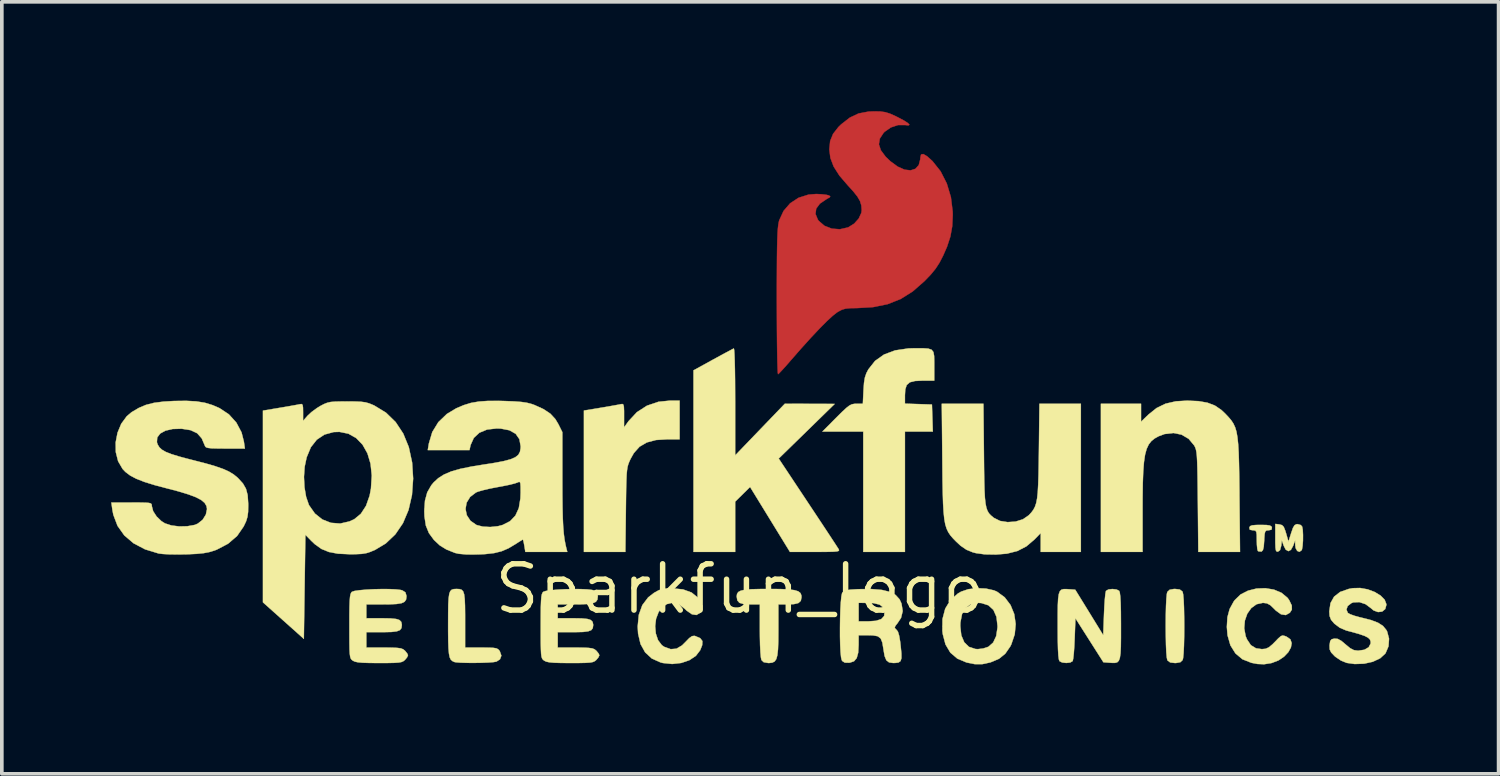
<source format=kicad_pcb>
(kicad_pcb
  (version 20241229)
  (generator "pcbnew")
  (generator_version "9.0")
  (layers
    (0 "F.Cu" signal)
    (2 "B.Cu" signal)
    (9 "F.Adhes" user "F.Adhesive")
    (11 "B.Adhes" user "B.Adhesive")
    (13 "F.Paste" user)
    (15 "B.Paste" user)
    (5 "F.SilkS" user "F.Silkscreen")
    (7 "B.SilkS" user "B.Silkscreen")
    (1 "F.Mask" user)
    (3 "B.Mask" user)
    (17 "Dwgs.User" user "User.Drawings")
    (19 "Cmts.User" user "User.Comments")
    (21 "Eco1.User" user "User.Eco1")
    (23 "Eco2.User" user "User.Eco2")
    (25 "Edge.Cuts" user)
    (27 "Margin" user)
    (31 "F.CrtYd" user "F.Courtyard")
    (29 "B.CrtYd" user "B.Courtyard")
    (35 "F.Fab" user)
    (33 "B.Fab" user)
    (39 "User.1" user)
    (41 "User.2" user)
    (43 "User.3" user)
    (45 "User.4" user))
  (footprint "Sparkfun_logo"
    (layer "F.Cu")
    (at 17.244 13.106)
    (property "Reference" "Sparkfun_logo" (at 0 0 0) (layer "F.SilkS") (effects (font (size 1.27 1.27) (thickness 0.15))))
    (attr through_hole)
    (fp_poly (pts (xy 3.856 -13.098) (xy 3.989 -13.079) (xy 4.119 -13.039) (xy 4.279 -12.967) (xy 4.331 -12.941) (xy 4.504 -12.85) (xy 4.613 -12.779) (xy 4.654 -12.733) (xy 4.624 -12.716) (xy 4.537 -12.726) (xy 4.342 -12.726) (xy 4.144 -12.66) (xy 3.972 -12.54) (xy 3.941 -12.507) (xy 3.84 -12.352) (xy 3.816 -12.197) (xy 3.869 -12.034) (xy 4 -11.858) (xy 4.132 -11.731) (xy 4.332 -11.585) (xy 4.519 -11.502) (xy 4.684 -11.483) (xy 4.817 -11.525) (xy 4.909 -11.627) (xy 4.951 -11.789) (xy 4.953 -11.834) (xy 4.973 -11.918) (xy 5.034 -11.93) (xy 5.137 -11.87) (xy 5.283 -11.739) (xy 5.286 -11.736) (xy 5.508 -11.457) (xy 5.678 -11.123) (xy 5.791 -10.748) (xy 5.84 -10.35) (xy 5.842 -10.259) (xy 5.827 -9.948) (xy 5.777 -9.668) (xy 5.684 -9.385) (xy 5.578 -9.144) (xy 5.478 -8.95) (xy 5.371 -8.785) (xy 5.238 -8.623) (xy 5.064 -8.442) (xy 4.743 -8.161) (xy 4.411 -7.953) (xy 4.054 -7.812) (xy 3.656 -7.731) (xy 3.215 -7.705) (xy 3.029 -7.702) (xy 2.9 -7.689) (xy 2.801 -7.66) (xy 2.704 -7.609) (xy 2.665 -7.585) (xy 2.55 -7.495) (xy 2.388 -7.345) (xy 2.186 -7.142) (xy 1.95 -6.891) (xy 1.686 -6.599) (xy 1.4 -6.272) (xy 1.376 -6.244) (xy 1.253 -6.103) (xy 1.148 -5.988) (xy 1.076 -5.913) (xy 1.05 -5.891) (xy 1.043 -5.929) (xy 1.037 -6.044) (xy 1.031 -6.227) (xy 1.026 -6.47) (xy 1.022 -6.765) (xy 1.019 -7.104) (xy 1.017 -7.479) (xy 1.016 -7.882) (xy 1.016 -7.884) (xy 1.016 -8.364) (xy 1.018 -8.767) (xy 1.02 -9.1) (xy 1.024 -9.372) (xy 1.029 -9.589) (xy 1.036 -9.76) (xy 1.045 -9.891) (xy 1.056 -9.991) (xy 1.07 -10.067) (xy 1.081 -10.111) (xy 1.2 -10.369) (xy 1.381 -10.579) (xy 1.613 -10.731) (xy 1.885 -10.817) (xy 2.095 -10.834) (xy 2.248 -10.827) (xy 2.376 -10.812) (xy 2.434 -10.798) (xy 2.481 -10.773) (xy 2.469 -10.745) (xy 2.389 -10.699) (xy 2.379 -10.693) (xy 2.197 -10.57) (xy 2.096 -10.434) (xy 2.077 -10.287) (xy 2.141 -10.132) (xy 2.166 -10.097) (xy 2.323 -9.962) (xy 2.524 -9.884) (xy 2.746 -9.867) (xy 2.967 -9.917) (xy 2.977 -9.921) (xy 3.137 -10.021) (xy 3.262 -10.16) (xy 3.334 -10.316) (xy 3.344 -10.393) (xy 3.334 -10.522) (xy 3.298 -10.64) (xy 3.226 -10.764) (xy 3.108 -10.912) (xy 2.962 -11.072) (xy 2.732 -11.34) (xy 2.575 -11.587) (xy 2.485 -11.824) (xy 2.456 -12.059) (xy 2.479 -12.288) (xy 2.559 -12.484) (xy 2.705 -12.671) (xy 2.78 -12.744) (xy 3.017 -12.929) (xy 3.258 -13.043) (xy 3.531 -13.095) (xy 3.685 -13.101) (xy 3.856 -13.098)) (stroke (width 0.01) (type solid)) (fill yes) (layer "F.Cu"))
    (fp_poly (pts (xy 3.856 -13.098) (xy 3.989 -13.079) (xy 4.119 -13.039) (xy 4.279 -12.967) (xy 4.331 -12.941) (xy 4.504 -12.85) (xy 4.613 -12.779) (xy 4.654 -12.733) (xy 4.624 -12.716) (xy 4.537 -12.726) (xy 4.342 -12.726) (xy 4.144 -12.66) (xy 3.972 -12.54) (xy 3.941 -12.507) (xy 3.84 -12.352) (xy 3.816 -12.197) (xy 3.869 -12.034) (xy 4 -11.858) (xy 4.132 -11.731) (xy 4.332 -11.585) (xy 4.519 -11.502) (xy 4.684 -11.483) (xy 4.817 -11.525) (xy 4.909 -11.627) (xy 4.951 -11.789) (xy 4.953 -11.834) (xy 4.973 -11.918) (xy 5.034 -11.93) (xy 5.137 -11.87) (xy 5.283 -11.739) (xy 5.286 -11.736) (xy 5.508 -11.457) (xy 5.678 -11.123) (xy 5.791 -10.748) (xy 5.84 -10.35) (xy 5.842 -10.259) (xy 5.827 -9.948) (xy 5.777 -9.668) (xy 5.684 -9.385) (xy 5.578 -9.144) (xy 5.478 -8.95) (xy 5.371 -8.785) (xy 5.238 -8.623) (xy 5.064 -8.442) (xy 4.743 -8.161) (xy 4.411 -7.953) (xy 4.054 -7.812) (xy 3.656 -7.731) (xy 3.215 -7.705) (xy 3.029 -7.702) (xy 2.9 -7.689) (xy 2.801 -7.66) (xy 2.704 -7.609) (xy 2.665 -7.585) (xy 2.55 -7.495) (xy 2.388 -7.345) (xy 2.186 -7.142) (xy 1.95 -6.891) (xy 1.686 -6.599) (xy 1.4 -6.272) (xy 1.376 -6.244) (xy 1.253 -6.103) (xy 1.148 -5.988) (xy 1.076 -5.913) (xy 1.05 -5.891) (xy 1.043 -5.929) (xy 1.037 -6.044) (xy 1.031 -6.227) (xy 1.026 -6.47) (xy 1.022 -6.765) (xy 1.019 -7.104) (xy 1.017 -7.479) (xy 1.016 -7.882) (xy 1.016 -7.884) (xy 1.016 -8.364) (xy 1.018 -8.767) (xy 1.02 -9.1) (xy 1.024 -9.372) (xy 1.029 -9.589) (xy 1.036 -9.76) (xy 1.045 -9.891) (xy 1.056 -9.991) (xy 1.07 -10.067) (xy 1.081 -10.111) (xy 1.2 -10.369) (xy 1.381 -10.579) (xy 1.613 -10.731) (xy 1.885 -10.817) (xy 2.095 -10.834) (xy 2.248 -10.827) (xy 2.376 -10.812) (xy 2.434 -10.798) (xy 2.481 -10.773) (xy 2.469 -10.745) (xy 2.389 -10.699) (xy 2.379 -10.693) (xy 2.197 -10.57) (xy 2.096 -10.434) (xy 2.077 -10.287) (xy 2.141 -10.132) (xy 2.166 -10.097) (xy 2.323 -9.962) (xy 2.524 -9.884) (xy 2.746 -9.867) (xy 2.967 -9.917) (xy 2.977 -9.921) (xy 3.137 -10.021) (xy 3.262 -10.16) (xy 3.334 -10.316) (xy 3.344 -10.393) (xy 3.334 -10.522) (xy 3.298 -10.64) (xy 3.226 -10.764) (xy 3.108 -10.912) (xy 2.962 -11.072) (xy 2.732 -11.34) (xy 2.575 -11.587) (xy 2.485 -11.824) (xy 2.456 -12.059) (xy 2.479 -12.288) (xy 2.559 -12.484) (xy 2.705 -12.671) (xy 2.78 -12.744) (xy 3.017 -12.929) (xy 3.258 -13.043) (xy 3.531 -13.095) (xy 3.685 -13.101) (xy 3.856 -13.098)) (stroke (width 0.01) (type solid)) (fill yes) (layer "F.Mask"))
    (fp_poly (pts (xy 12.068 0.015) (xy 12.139 0.067) (xy 12.148 0.082) (xy 12.163 0.153) (xy 12.176 0.297) (xy 12.185 0.505) (xy 12.19 0.765) (xy 12.192 1.016) (xy 12.19 1.312) (xy 12.184 1.564) (xy 12.174 1.763) (xy 12.161 1.896) (xy 12.148 1.95) (xy 12.085 2.01) (xy 11.968 2.031) (xy 11.938 2.032) (xy 11.808 2.017) (xy 11.737 1.965) (xy 11.728 1.95) (xy 11.713 1.879) (xy 11.7 1.735) (xy 11.691 1.527) (xy 11.686 1.267) (xy 11.684 1.016) (xy 11.686 0.72) (xy 11.692 0.468) (xy 11.702 0.269) (xy 11.715 0.136) (xy 11.728 0.082) (xy 11.791 0.022) (xy 11.908 0.001) (xy 11.938 0) (xy 12.068 0.015)) (stroke (width 0.01) (type solid)) (fill yes) (layer "F.SilkS"))
    (fp_poly (pts (xy 14.447 -1.754) (xy 14.539 -1.741) (xy 14.584 -1.714) (xy 14.597 -1.683) (xy 14.585 -1.626) (xy 14.508 -1.609) (xy 14.504 -1.609) (xy 14.447 -1.604) (xy 14.414 -1.576) (xy 14.397 -1.507) (xy 14.387 -1.378) (xy 14.385 -1.323) (xy 14.373 -1.161) (xy 14.351 -1.068) (xy 14.316 -1.028) (xy 14.307 -1.026) (xy 14.231 -1.031) (xy 14.211 -1.043) (xy 14.196 -1.098) (xy 14.185 -1.211) (xy 14.182 -1.341) (xy 14.18 -1.486) (xy 14.169 -1.566) (xy 14.141 -1.601) (xy 14.089 -1.609) (xy 14.073 -1.609) (xy 13.992 -1.624) (xy 13.977 -1.678) (xy 13.978 -1.683) (xy 13.999 -1.723) (xy 14.054 -1.745) (xy 14.162 -1.755) (xy 14.287 -1.757) (xy 14.447 -1.754)) (stroke (width 0.01) (type solid)) (fill yes) (layer "F.SilkS"))
    (fp_poly (pts (xy -1.651 -4.106) (xy -1.983 -4.106) (xy -2.3 -4.086) (xy -2.552 -4.019) (xy -2.751 -3.902) (xy -2.907 -3.727) (xy -3 -3.561) (xy -3.033 -3.488) (xy -3.059 -3.421) (xy -3.079 -3.348) (xy -3.093 -3.258) (xy -3.104 -3.14) (xy -3.111 -2.981) (xy -3.117 -2.771) (xy -3.121 -2.499) (xy -3.125 -2.17) (xy -3.139 -1.016) (xy -4.276 -1.016) (xy -4.276 -4.894) (xy -3.821 -4.969) (xy -3.624 -5.002) (xy -3.451 -5.033) (xy -3.323 -5.056) (xy -3.27 -5.067) (xy -3.222 -5.074) (xy -3.194 -5.056) (xy -3.18 -4.998) (xy -3.175 -4.882) (xy -3.175 -4.761) (xy -3.175 -4.432) (xy -3.051 -4.604) (xy -2.823 -4.849) (xy -2.547 -5.027) (xy -2.232 -5.134) (xy -1.926 -5.165) (xy -1.651 -5.165) (xy -1.651 -4.106)) (stroke (width 0.01) (type solid)) (fill yes) (layer "F.SilkS"))
    (fp_poly (pts (xy 14.804 -1.77) (xy 14.874 -1.751) (xy 14.923 -1.7) (xy 14.964 -1.596) (xy 14.985 -1.528) (xy 15.051 -1.299) (xy 15.127 -1.539) (xy 15.175 -1.676) (xy 15.219 -1.749) (xy 15.272 -1.776) (xy 15.301 -1.778) (xy 15.389 -1.753) (xy 15.426 -1.711) (xy 15.443 -1.621) (xy 15.45 -1.483) (xy 15.449 -1.328) (xy 15.439 -1.186) (xy 15.422 -1.085) (xy 15.413 -1.063) (xy 15.353 -1.019) (xy 15.292 -1.043) (xy 15.248 -1.121) (xy 15.237 -1.195) (xy 15.234 -1.333) (xy 15.18 -1.185) (xy 15.118 -1.073) (xy 15.05 -1.037) (xy 14.976 -1.078) (xy 14.921 -1.185) (xy 14.869 -1.333) (xy 14.853 -1.186) (xy 14.82 -1.066) (xy 14.764 -1.024) (xy 14.729 -1.026) (xy 14.707 -1.057) (xy 14.695 -1.133) (xy 14.69 -1.268) (xy 14.69 -1.397) (xy 14.69 -1.784) (xy 14.804 -1.77)) (stroke (width 0.01) (type solid)) (fill yes) (layer "F.SilkS"))
    (fp_poly (pts (xy -0.155 -6.56) (xy -0.147 -6.446) (xy -0.14 -6.266) (xy -0.134 -6.026) (xy -0.13 -5.737) (xy -0.128 -5.406) (xy -0.127 -5.138) (xy -0.127 -3.664) (xy 0.554 -4.372) (xy 1.235 -5.08) (xy 1.919 -5.078) (xy 2.603 -5.076) (xy 1.835 -4.326) (xy 1.067 -3.577) (xy 1.868 -2.371) (xy 2.059 -2.083) (xy 2.236 -1.816) (xy 2.394 -1.577) (xy 2.526 -1.376) (xy 2.627 -1.222) (xy 2.691 -1.123) (xy 2.712 -1.09) (xy 2.723 -1.063) (xy 2.711 -1.043) (xy 2.665 -1.03) (xy 2.574 -1.022) (xy 2.426 -1.018) (xy 2.212 -1.016) (xy 2.065 -1.016) (xy 1.376 -1.016) (xy 0.829 -1.907) (xy 0.282 -2.798) (xy -0.127 -2.395) (xy -0.127 -1.016) (xy -1.27 -1.016) (xy -1.27 -5.996) (xy -0.736 -6.29) (xy -0.543 -6.395) (xy -0.375 -6.486) (xy -0.248 -6.554) (xy -0.175 -6.592) (xy -0.164 -6.597) (xy -0.155 -6.56)) (stroke (width 0.01) (type solid)) (fill yes) (layer "F.SilkS"))
    (fp_poly (pts (xy 1.117 0.003) (xy 1.34 0.013) (xy 1.499 0.033) (xy 1.603 0.065) (xy 1.664 0.113) (xy 1.69 0.178) (xy 1.693 0.227) (xy 1.674 0.325) (xy 1.609 0.386) (xy 1.485 0.416) (xy 1.325 0.423) (xy 1.058 0.423) (xy 1.058 1.134) (xy 1.056 1.433) (xy 1.048 1.657) (xy 1.03 1.818) (xy 1 1.926) (xy 0.954 1.99) (xy 0.889 2.022) (xy 0.801 2.032) (xy 0.782 2.032) (xy 0.655 2.009) (xy 0.594 1.95) (xy 0.579 1.879) (xy 0.566 1.737) (xy 0.556 1.537) (xy 0.551 1.294) (xy 0.55 1.146) (xy 0.55 0.423) (xy 0.284 0.423) (xy 0.102 0.414) (xy -0.011 0.38) (xy -0.068 0.314) (xy -0.085 0.206) (xy -0.085 0.202) (xy -0.075 0.135) (xy -0.041 0.084) (xy 0.029 0.047) (xy 0.144 0.023) (xy 0.315 0.008) (xy 0.552 0.002) (xy 0.819 0) (xy 1.117 0.003)) (stroke (width 0.01) (type solid)) (fill yes) (layer "F.SilkS"))
    (fp_poly (pts (xy 5.019 -6.603) (xy 5.169 -6.593) (xy 5.262 -6.562) (xy 5.311 -6.499) (xy 5.331 -6.391) (xy 5.334 -6.225) (xy 5.334 -6.133) (xy 5.334 -5.715) (xy 5.016 -5.715) (xy 4.805 -5.705) (xy 4.664 -5.669) (xy 4.579 -5.595) (xy 4.539 -5.473) (xy 4.53 -5.314) (xy 4.53 -5.083) (xy 4.9 -5.071) (xy 5.271 -5.059) (xy 5.283 -4.688) (xy 5.295 -4.318) (xy 4.53 -4.318) (xy 4.53 -1.016) (xy 3.387 -1.016) (xy 3.387 -4.318) (xy 2.267 -4.318) (xy 2.646 -4.699) (xy 2.805 -4.857) (xy 2.92 -4.964) (xy 3.005 -5.03) (xy 3.074 -5.065) (xy 3.143 -5.078) (xy 3.201 -5.08) (xy 3.376 -5.08) (xy 3.394 -5.453) (xy 3.408 -5.655) (xy 3.432 -5.8) (xy 3.472 -5.918) (xy 3.527 -6.023) (xy 3.711 -6.256) (xy 3.956 -6.43) (xy 4.26 -6.544) (xy 4.624 -6.598) (xy 4.798 -6.603) (xy 5.019 -6.603)) (stroke (width 0.01) (type solid)) (fill yes) (layer "F.SilkS"))
    (fp_poly (pts (xy -7.689 0.004) (xy -7.631 0.022) (xy -7.589 0.066) (xy -7.562 0.146) (xy -7.546 0.273) (xy -7.538 0.458) (xy -7.535 0.712) (xy -7.535 0.855) (xy -7.535 1.609) (xy -7.092 1.609) (xy -6.892 1.61) (xy -6.76 1.616) (xy -6.678 1.629) (xy -6.628 1.655) (xy -6.592 1.695) (xy -6.583 1.709) (xy -6.541 1.83) (xy -6.579 1.93) (xy -6.676 1.993) (xy -6.757 2.007) (xy -6.9 2.018) (xy -7.084 2.025) (xy -7.287 2.028) (xy -7.485 2.027) (xy -7.659 2.022) (xy -7.785 2.012) (xy -7.832 2.003) (xy -7.886 1.977) (xy -7.928 1.938) (xy -7.958 1.875) (xy -7.978 1.776) (xy -7.991 1.631) (xy -7.998 1.429) (xy -8.001 1.16) (xy -8.001 0.974) (xy -8 0.663) (xy -7.997 0.426) (xy -7.987 0.254) (xy -7.97 0.135) (xy -7.943 0.061) (xy -7.903 0.021) (xy -7.848 0.004) (xy -7.775 0.000009) (xy -7.768 0) (xy -7.689 0.004)) (stroke (width 0.01) (type solid)) (fill yes) (layer "F.SilkS"))
    (fp_poly (pts (xy -1.557 0.013) (xy -1.323 0.098) (xy -1.151 0.237) (xy -1.099 0.309) (xy -1.03 0.455) (xy -1.027 0.567) (xy -1.083 0.653) (xy -1.19 0.714) (xy -1.313 0.695) (xy -1.456 0.596) (xy -1.503 0.55) (xy -1.67 0.421) (xy -1.835 0.375) (xy -2 0.415) (xy -2.112 0.49) (xy -2.227 0.633) (xy -2.297 0.817) (xy -2.322 1.021) (xy -2.304 1.223) (xy -2.243 1.404) (xy -2.139 1.542) (xy -2.071 1.589) (xy -1.894 1.652) (xy -1.737 1.639) (xy -1.585 1.549) (xy -1.492 1.457) (xy -1.386 1.348) (xy -1.311 1.295) (xy -1.247 1.286) (xy -1.22 1.293) (xy -1.087 1.35) (xy -1.026 1.429) (xy -1.032 1.542) (xy -1.085 1.678) (xy -1.204 1.834) (xy -1.383 1.954) (xy -1.605 2.03) (xy -1.853 2.058) (xy -2.107 2.032) (xy -2.172 2.016) (xy -2.412 1.909) (xy -2.596 1.74) (xy -2.723 1.511) (xy -2.79 1.224) (xy -2.801 1.03) (xy -2.77 0.71) (xy -2.674 0.444) (xy -2.513 0.231) (xy -2.354 0.108) (xy -2.229 0.038) (xy -2.117 0.00006) (xy -1.983 -0.015) (xy -1.847 -0.017) (xy -1.557 0.013)) (stroke (width 0.01) (type solid)) (fill yes) (layer "F.SilkS"))
    (fp_poly (pts (xy 6.752 -0.01) (xy 6.972 0.039) (xy 7.054 0.074) (xy 7.268 0.231) (xy 7.427 0.441) (xy 7.528 0.689) (xy 7.568 0.962) (xy 7.542 1.244) (xy 7.448 1.521) (xy 7.42 1.577) (xy 7.282 1.776) (xy 7.111 1.915) (xy 6.882 2.012) (xy 6.869 2.016) (xy 6.651 2.063) (xy 6.442 2.062) (xy 6.22 2.017) (xy 5.968 1.911) (xy 5.776 1.747) (xy 5.643 1.523) (xy 5.568 1.238) (xy 5.557 1.147) (xy 5.559 1.018) (xy 6.048 1.018) (xy 6.076 1.271) (xy 6.157 1.463) (xy 6.287 1.589) (xy 6.464 1.647) (xy 6.531 1.651) (xy 6.678 1.633) (xy 6.814 1.588) (xy 6.821 1.585) (xy 6.95 1.471) (xy 7.034 1.293) (xy 7.069 1.059) (xy 7.07 1.016) (xy 7.041 0.764) (xy 6.957 0.574) (xy 6.819 0.448) (xy 6.627 0.387) (xy 6.531 0.381) (xy 6.339 0.417) (xy 6.193 0.521) (xy 6.096 0.691) (xy 6.051 0.923) (xy 6.048 1.018) (xy 5.559 1.018) (xy 5.561 0.823) (xy 5.635 0.542) (xy 5.776 0.308) (xy 5.983 0.125) (xy 6.071 0.074) (xy 6.268 0.007) (xy 6.506 -0.021) (xy 6.752 -0.01)) (stroke (width 0.01) (type solid)) (fill yes) (layer "F.SilkS"))
    (fp_poly (pts (xy 12.581 -5.152) (xy 12.828 -5.109) (xy 13.032 -5.031) (xy 13.21 -4.91) (xy 13.315 -4.811) (xy 13.404 -4.717) (xy 13.479 -4.629) (xy 13.539 -4.539) (xy 13.587 -4.437) (xy 13.624 -4.316) (xy 13.651 -4.164) (xy 13.671 -3.975) (xy 13.685 -3.738) (xy 13.694 -3.445) (xy 13.701 -3.087) (xy 13.706 -2.655) (xy 13.706 -2.572) (xy 13.722 -1.016) (xy 12.578 -1.016) (xy 12.565 -2.402) (xy 12.561 -2.783) (xy 12.557 -3.089) (xy 12.552 -3.329) (xy 12.546 -3.513) (xy 12.538 -3.651) (xy 12.527 -3.751) (xy 12.513 -3.823) (xy 12.495 -3.877) (xy 12.473 -3.923) (xy 12.465 -3.937) (xy 12.314 -4.118) (xy 12.119 -4.233) (xy 11.894 -4.278) (xy 11.653 -4.25) (xy 11.489 -4.189) (xy 11.379 -4.128) (xy 11.289 -4.055) (xy 11.217 -3.962) (xy 11.16 -3.84) (xy 11.117 -3.682) (xy 11.087 -3.479) (xy 11.067 -3.221) (xy 11.055 -2.901) (xy 11.05 -2.511) (xy 11.049 -2.214) (xy 11.049 -1.016) (xy 9.906 -1.016) (xy 9.906 -5.08) (xy 11.007 -5.08) (xy 11.007 -4.588) (xy 11.213 -4.786) (xy 11.435 -4.964) (xy 11.679 -5.082) (xy 11.962 -5.147) (xy 12.271 -5.165) (xy 12.581 -5.152)) (stroke (width 0.01) (type solid)) (fill yes) (layer "F.SilkS"))
    (fp_poly (pts (xy 10.334 0.015) (xy 10.406 0.051) (xy 10.424 0.099) (xy 10.438 0.206) (xy 10.448 0.379) (xy 10.454 0.622) (xy 10.456 0.942) (xy 10.456 1.019) (xy 10.456 1.34) (xy 10.453 1.585) (xy 10.444 1.765) (xy 10.426 1.89) (xy 10.397 1.969) (xy 10.354 2.012) (xy 10.293 2.028) (xy 10.212 2.028) (xy 10.155 2.024) (xy 9.975 2.011) (xy 9.591 1.408) (xy 9.207 0.804) (xy 9.186 1.365) (xy 9.176 1.578) (xy 9.163 1.762) (xy 9.148 1.9) (xy 9.133 1.974) (xy 9.131 1.979) (xy 9.064 2.018) (xy 8.955 2.03) (xy 8.843 2.017) (xy 8.771 1.981) (xy 8.753 1.933) (xy 8.739 1.826) (xy 8.729 1.653) (xy 8.723 1.41) (xy 8.721 1.09) (xy 8.721 1.013) (xy 8.721 0.692) (xy 8.724 0.447) (xy 8.733 0.267) (xy 8.751 0.142) (xy 8.78 0.063) (xy 8.823 0.02) (xy 8.884 0.004) (xy 8.965 0.004) (xy 9.022 0.008) (xy 9.202 0.021) (xy 9.586 0.644) (xy 9.97 1.268) (xy 9.991 0.687) (xy 10.001 0.47) (xy 10.014 0.282) (xy 10.028 0.14) (xy 10.043 0.061) (xy 10.046 0.053) (xy 10.113 0.014) (xy 10.222 0.002) (xy 10.334 0.015)) (stroke (width 0.01) (type solid)) (fill yes) (layer "F.SilkS"))
    (fp_poly (pts (xy 6.697 -3.694) (xy 6.701 -3.292) (xy 6.706 -2.965) (xy 6.713 -2.705) (xy 6.724 -2.501) (xy 6.741 -2.346) (xy 6.764 -2.229) (xy 6.795 -2.142) (xy 6.835 -2.075) (xy 6.886 -2.02) (xy 6.95 -1.966) (xy 6.967 -1.952) (xy 7.138 -1.866) (xy 7.347 -1.833) (xy 7.566 -1.848) (xy 7.769 -1.912) (xy 7.928 -2.022) (xy 7.929 -2.023) (xy 7.998 -2.098) (xy 8.053 -2.172) (xy 8.097 -2.255) (xy 8.131 -2.356) (xy 8.156 -2.485) (xy 8.174 -2.652) (xy 8.186 -2.868) (xy 8.195 -3.141) (xy 8.201 -3.482) (xy 8.205 -3.778) (xy 8.22 -5.08) (xy 9.356 -5.08) (xy 9.356 -1.016) (xy 8.255 -1.016) (xy 8.255 -1.534) (xy 8.082 -1.356) (xy 7.861 -1.168) (xy 7.615 -1.041) (xy 7.326 -0.968) (xy 7.027 -0.944) (xy 6.72 -0.949) (xy 6.477 -0.983) (xy 6.392 -1.005) (xy 6.217 -1.076) (xy 6.057 -1.186) (xy 5.941 -1.293) (xy 5.853 -1.383) (xy 5.78 -1.467) (xy 5.721 -1.554) (xy 5.674 -1.652) (xy 5.637 -1.771) (xy 5.61 -1.92) (xy 5.591 -2.107) (xy 5.577 -2.341) (xy 5.568 -2.631) (xy 5.561 -2.986) (xy 5.557 -3.414) (xy 5.556 -3.524) (xy 5.541 -5.08) (xy 6.683 -5.08) (xy 6.697 -3.694)) (stroke (width 0.01) (type solid)) (fill yes) (layer "F.SilkS"))
    (fp_poly (pts (xy 14.653 0.019) (xy 14.86 0.106) (xy 15.024 0.242) (xy 15.072 0.309) (xy 15.142 0.455) (xy 15.144 0.567) (xy 15.089 0.653) (xy 14.976 0.716) (xy 14.848 0.696) (xy 14.705 0.593) (xy 14.663 0.55) (xy 14.555 0.446) (xy 14.462 0.395) (xy 14.355 0.381) (xy 14.35 0.381) (xy 14.176 0.419) (xy 14.031 0.524) (xy 13.921 0.679) (xy 13.855 0.869) (xy 13.837 1.079) (xy 13.876 1.292) (xy 13.912 1.381) (xy 14.019 1.542) (xy 14.16 1.628) (xy 14.322 1.651) (xy 14.426 1.641) (xy 14.514 1.601) (xy 14.616 1.516) (xy 14.671 1.46) (xy 14.775 1.353) (xy 14.841 1.296) (xy 14.89 1.277) (xy 14.944 1.288) (xy 15.001 1.31) (xy 15.103 1.382) (xy 15.139 1.485) (xy 15.118 1.606) (xy 15.047 1.734) (xy 14.932 1.855) (xy 14.781 1.958) (xy 14.601 2.028) (xy 14.575 2.035) (xy 14.385 2.065) (xy 14.202 2.058) (xy 14.034 2.026) (xy 13.789 1.929) (xy 13.597 1.768) (xy 13.459 1.547) (xy 13.38 1.272) (xy 13.361 1.044) (xy 13.377 0.774) (xy 13.437 0.551) (xy 13.548 0.347) (xy 13.577 0.307) (xy 13.737 0.152) (xy 13.943 0.047) (xy 14.176 -0.011) (xy 14.418 -0.02) (xy 14.653 0.019)) (stroke (width 0.01) (type solid)) (fill yes) (layer "F.SilkS"))
    (fp_poly (pts (xy -9.615 0.004) (xy -9.435 0.012) (xy -9.305 0.027) (xy -9.26 0.038) (xy -9.173 0.093) (xy -9.145 0.186) (xy -9.144 0.209) (xy -9.155 0.293) (xy -9.197 0.352) (xy -9.28 0.391) (xy -9.417 0.413) (xy -9.62 0.422) (xy -9.776 0.423) (xy -10.245 0.423) (xy -10.245 0.804) (xy -9.809 0.804) (xy -9.584 0.808) (xy -9.43 0.823) (xy -9.336 0.853) (xy -9.287 0.903) (xy -9.271 0.978) (xy -9.271 0.995) (xy -9.282 1.075) (xy -9.324 1.129) (xy -9.408 1.162) (xy -9.55 1.18) (xy -9.76 1.185) (xy -9.809 1.185) (xy -10.245 1.185) (xy -10.245 1.609) (xy -9.758 1.609) (xy -9.543 1.61) (xy -9.396 1.617) (xy -9.3 1.63) (xy -9.237 1.654) (xy -9.19 1.69) (xy -9.186 1.693) (xy -9.124 1.769) (xy -9.102 1.82) (xy -9.129 1.879) (xy -9.186 1.947) (xy -9.226 1.98) (xy -9.279 2.004) (xy -9.358 2.019) (xy -9.478 2.027) (xy -9.655 2.031) (xy -9.897 2.032) (xy -10.156 2.03) (xy -10.344 2.024) (xy -10.475 2.012) (xy -10.561 1.993) (xy -10.616 1.966) (xy -10.648 1.941) (xy -10.671 1.91) (xy -10.688 1.859) (xy -10.699 1.779) (xy -10.706 1.657) (xy -10.709 1.481) (xy -10.71 1.241) (xy -10.71 1.019) (xy -10.71 0.719) (xy -10.707 0.493) (xy -10.701 0.329) (xy -10.692 0.216) (xy -10.678 0.144) (xy -10.659 0.1) (xy -10.64 0.079) (xy -10.57 0.055) (xy -10.434 0.035) (xy -10.252 0.019) (xy -10.042 0.008) (xy -9.823 0.003) (xy -9.615 0.004)) (stroke (width 0.01) (type solid)) (fill yes) (layer "F.SilkS"))
    (fp_poly (pts (xy -4.365 0.004) (xy -4.186 0.012) (xy -4.055 0.027) (xy -4.011 0.038) (xy -3.923 0.093) (xy -3.895 0.186) (xy -3.895 0.209) (xy -3.906 0.293) (xy -3.947 0.352) (xy -4.031 0.391) (xy -4.168 0.413) (xy -4.371 0.422) (xy -4.527 0.423) (xy -4.995 0.423) (xy -4.995 0.804) (xy -4.559 0.804) (xy -4.334 0.808) (xy -4.181 0.823) (xy -4.087 0.853) (xy -4.038 0.903) (xy -4.022 0.978) (xy -4.022 0.995) (xy -4.033 1.075) (xy -4.074 1.129) (xy -4.159 1.162) (xy -4.3 1.18) (xy -4.511 1.185) (xy -4.559 1.185) (xy -4.995 1.185) (xy -4.995 1.609) (xy -4.508 1.609) (xy -4.294 1.61) (xy -4.147 1.617) (xy -4.05 1.63) (xy -3.987 1.654) (xy -3.941 1.69) (xy -3.937 1.693) (xy -3.875 1.769) (xy -3.852 1.82) (xy -3.88 1.879) (xy -3.937 1.947) (xy -3.977 1.98) (xy -4.029 2.004) (xy -4.108 2.019) (xy -4.229 2.027) (xy -4.405 2.031) (xy -4.647 2.032) (xy -4.907 2.03) (xy -5.095 2.024) (xy -5.225 2.012) (xy -5.312 1.993) (xy -5.367 1.966) (xy -5.398 1.941) (xy -5.422 1.91) (xy -5.439 1.859) (xy -5.45 1.779) (xy -5.456 1.657) (xy -5.46 1.481) (xy -5.461 1.241) (xy -5.461 1.019) (xy -5.46 0.719) (xy -5.458 0.493) (xy -5.452 0.329) (xy -5.443 0.216) (xy -5.429 0.144) (xy -5.41 0.1) (xy -5.391 0.079) (xy -5.321 0.055) (xy -5.185 0.035) (xy -5.003 0.019) (xy -4.792 0.008) (xy -4.574 0.003) (xy -4.365 0.004)) (stroke (width 0.01) (type solid)) (fill yes) (layer "F.SilkS"))
    (fp_poly (pts (xy 3.898 0.027) (xy 4.115 0.08) (xy 4.274 0.165) (xy 4.382 0.284) (xy 4.436 0.401) (xy 4.469 0.607) (xy 4.423 0.794) (xy 4.33 0.934) (xy 4.264 1.019) (xy 4.25 1.068) (xy 4.284 1.107) (xy 4.296 1.116) (xy 4.338 1.172) (xy 4.371 1.281) (xy 4.401 1.456) (xy 4.413 1.563) (xy 4.433 1.766) (xy 4.434 1.9) (xy 4.409 1.979) (xy 4.353 2.018) (xy 4.258 2.03) (xy 4.207 2.031) (xy 4.095 2.015) (xy 4.02 1.956) (xy 3.972 1.839) (xy 3.941 1.655) (xy 3.911 1.472) (xy 3.865 1.358) (xy 3.784 1.297) (xy 3.652 1.273) (xy 3.53 1.27) (xy 3.26 1.27) (xy 3.259 1.535) (xy 3.247 1.751) (xy 3.207 1.896) (xy 3.134 1.983) (xy 3.022 2.021) (xy 2.997 2.024) (xy 2.88 2.021) (xy 2.814 1.979) (xy 2.797 1.953) (xy 2.778 1.874) (xy 2.764 1.73) (xy 2.754 1.535) (xy 2.749 1.305) (xy 2.749 1.058) (xy 2.751 0.889) (xy 3.26 0.889) (xy 3.525 0.889) (xy 3.737 0.874) (xy 3.875 0.829) (xy 3.888 0.821) (xy 3.96 0.74) (xy 3.971 0.624) (xy 3.971 0.621) (xy 3.932 0.506) (xy 3.835 0.43) (xy 3.673 0.39) (xy 3.503 0.382) (xy 3.26 0.381) (xy 3.26 0.889) (xy 2.751 0.889) (xy 2.752 0.809) (xy 2.759 0.574) (xy 2.771 0.37) (xy 2.786 0.213) (xy 2.805 0.118) (xy 2.812 0.103) (xy 2.854 0.063) (xy 2.923 0.036) (xy 3.035 0.019) (xy 3.21 0.008) (xy 3.26 0.006) (xy 3.616 0.003) (xy 3.898 0.027)) (stroke (width 0.01) (type solid)) (fill yes) (layer "F.SilkS"))
    (fp_poly (pts (xy 17.223 0.011) (xy 17.415 0.083) (xy 17.577 0.181) (xy 17.69 0.296) (xy 17.737 0.419) (xy 17.738 0.433) (xy 17.705 0.552) (xy 17.622 0.62) (xy 17.509 0.634) (xy 17.386 0.589) (xy 17.314 0.528) (xy 17.165 0.417) (xy 16.995 0.361) (xy 16.831 0.368) (xy 16.781 0.387) (xy 16.676 0.467) (xy 16.642 0.565) (xy 16.679 0.656) (xy 16.742 0.693) (xy 16.864 0.737) (xy 17.021 0.78) (xy 17.053 0.787) (xy 17.317 0.854) (xy 17.51 0.928) (xy 17.645 1.016) (xy 17.735 1.125) (xy 17.758 1.168) (xy 17.81 1.365) (xy 17.795 1.573) (xy 17.717 1.758) (xy 17.706 1.774) (xy 17.565 1.903) (xy 17.364 1.997) (xy 17.125 2.05) (xy 16.868 2.059) (xy 16.648 2.028) (xy 16.491 1.964) (xy 16.34 1.862) (xy 16.317 1.842) (xy 16.223 1.743) (xy 16.182 1.658) (xy 16.178 1.552) (xy 16.179 1.538) (xy 16.196 1.43) (xy 16.236 1.38) (xy 16.311 1.362) (xy 16.403 1.37) (xy 16.503 1.425) (xy 16.617 1.521) (xy 16.743 1.625) (xy 16.846 1.678) (xy 16.956 1.693) (xy 16.965 1.693) (xy 17.135 1.668) (xy 17.252 1.599) (xy 17.306 1.496) (xy 17.306 1.446) (xy 17.287 1.388) (xy 17.237 1.338) (xy 17.145 1.29) (xy 16.999 1.239) (xy 16.788 1.179) (xy 16.64 1.141) (xy 16.459 1.064) (xy 16.311 0.953) (xy 16.22 0.846) (xy 16.18 0.742) (xy 16.171 0.616) (xy 16.204 0.389) (xy 16.303 0.212) (xy 16.469 0.082) (xy 16.707 -0.001) (xy 16.814 -0.021) (xy 17.017 -0.026) (xy 17.223 0.011)) (stroke (width 0.01) (type solid)) (fill yes) (layer "F.SilkS"))
    (fp_poly (pts (xy -10.55 -5.142) (xy -10.389 -5.135) (xy -10.269 -5.119) (xy -10.166 -5.09) (xy -10.059 -5.046) (xy -10.024 -5.03) (xy -9.706 -4.836) (xy -9.441 -4.578) (xy -9.232 -4.262) (xy -9.08 -3.891) (xy -8.989 -3.469) (xy -8.961 -3.027) (xy -8.993 -2.576) (xy -9.087 -2.167) (xy -9.24 -1.805) (xy -9.45 -1.497) (xy -9.712 -1.248) (xy -10.002 -1.074) (xy -10.133 -1.018) (xy -10.246 -0.982) (xy -10.37 -0.962) (xy -10.529 -0.954) (xy -10.71 -0.953) (xy -11.02 -0.967) (xy -11.268 -1.013) (xy -11.475 -1.097) (xy -11.658 -1.228) (xy -11.752 -1.317) (xy -11.917 -1.486) (xy -11.938 -0.059) (xy -11.959 1.369) (xy -12.52 0.868) (xy -13.081 0.367) (xy -13.081 -3.074) (xy -11.956 -3.074) (xy -11.942 -2.79) (xy -11.897 -2.527) (xy -11.824 -2.314) (xy -11.815 -2.295) (xy -11.655 -2.068) (xy -11.452 -1.906) (xy -11.217 -1.814) (xy -10.963 -1.794) (xy -10.705 -1.853) (xy -10.574 -1.914) (xy -10.395 -2.062) (xy -10.253 -2.28) (xy -10.154 -2.56) (xy -10.118 -2.752) (xy -10.095 -3.11) (xy -10.129 -3.435) (xy -10.214 -3.719) (xy -10.347 -3.956) (xy -10.523 -4.139) (xy -10.736 -4.259) (xy -10.982 -4.309) (xy -11.141 -4.304) (xy -11.394 -4.235) (xy -11.604 -4.095) (xy -11.767 -3.887) (xy -11.882 -3.611) (xy -11.937 -3.351) (xy -11.956 -3.074) (xy -13.081 -3.074) (xy -13.081 -4.892) (xy -12.626 -4.968) (xy -12.43 -5.001) (xy -12.256 -5.032) (xy -12.128 -5.055) (xy -12.076 -5.066) (xy -12.022 -5.073) (xy -11.993 -5.049) (xy -11.982 -4.975) (xy -11.98 -4.85) (xy -11.98 -4.611) (xy -11.856 -4.753) (xy -11.747 -4.854) (xy -11.601 -4.961) (xy -11.507 -5.019) (xy -11.406 -5.072) (xy -11.318 -5.107) (xy -11.222 -5.129) (xy -11.096 -5.139) (xy -10.92 -5.143) (xy -10.774 -5.144) (xy -10.55 -5.142)) (stroke (width 0.01) (type solid)) (fill yes) (layer "F.SilkS"))
    (fp_poly (pts (xy -6.459 -5.155) (xy -6.194 -5.145) (xy -5.995 -5.13) (xy -5.843 -5.108) (xy -5.718 -5.076) (xy -5.635 -5.047) (xy -5.383 -4.932) (xy -5.197 -4.808) (xy -5.061 -4.661) (xy -4.979 -4.524) (xy -4.868 -4.301) (xy -4.868 -3.008) (xy -4.867 -2.585) (xy -4.863 -2.236) (xy -4.856 -1.949) (xy -4.845 -1.715) (xy -4.829 -1.522) (xy -4.808 -1.359) (xy -4.781 -1.216) (xy -4.762 -1.132) (xy -4.732 -1.016) (xy -5.883 -1.016) (xy -5.91 -1.185) (xy -5.93 -1.291) (xy -5.947 -1.35) (xy -5.951 -1.355) (xy -5.991 -1.333) (xy -6.078 -1.279) (xy -6.147 -1.234) (xy -6.345 -1.116) (xy -6.533 -1.035) (xy -6.738 -0.984) (xy -6.984 -0.956) (xy -7.176 -0.947) (xy -7.481 -0.945) (xy -7.704 -0.964) (xy -7.811 -0.988) (xy -8.047 -1.082) (xy -8.23 -1.195) (xy -8.391 -1.346) (xy -8.528 -1.533) (xy -8.612 -1.74) (xy -8.65 -1.991) (xy -8.655 -2.138) (xy -8.651 -2.194) (xy -7.524 -2.194) (xy -7.489 -2.023) (xy -7.39 -1.871) (xy -7.227 -1.757) (xy -7.218 -1.753) (xy -7.052 -1.71) (xy -6.845 -1.699) (xy -6.635 -1.721) (xy -6.506 -1.755) (xy -6.302 -1.859) (xy -6.156 -2.011) (xy -6.062 -2.217) (xy -6.018 -2.485) (xy -6.012 -2.637) (xy -6.013 -2.801) (xy -6.019 -2.896) (xy -6.035 -2.936) (xy -6.066 -2.935) (xy -6.098 -2.92) (xy -6.175 -2.894) (xy -6.313 -2.859) (xy -6.493 -2.822) (xy -6.645 -2.794) (xy -6.848 -2.755) (xy -7.032 -2.712) (xy -7.174 -2.672) (xy -7.237 -2.647) (xy -7.398 -2.524) (xy -7.494 -2.367) (xy -7.524 -2.194) (xy -8.651 -2.194) (xy -8.636 -2.421) (xy -8.574 -2.649) (xy -8.463 -2.843) (xy -8.399 -2.921) (xy -8.27 -3.04) (xy -8.114 -3.139) (xy -7.917 -3.223) (xy -7.67 -3.294) (xy -7.358 -3.358) (xy -7.05 -3.408) (xy -6.724 -3.459) (xy -6.473 -3.507) (xy -6.288 -3.557) (xy -6.159 -3.612) (xy -6.076 -3.678) (xy -6.031 -3.76) (xy -6.013 -3.861) (xy -6.011 -3.913) (xy -6.046 -4.109) (xy -6.148 -4.256) (xy -6.319 -4.353) (xy -6.556 -4.399) (xy -6.668 -4.403) (xy -6.933 -4.373) (xy -7.145 -4.285) (xy -7.297 -4.143) (xy -7.384 -3.95) (xy -7.388 -3.935) (xy -7.415 -3.81) (xy -8.559 -3.81) (xy -8.529 -3.99) (xy -8.436 -4.303) (xy -8.27 -4.575) (xy -8.036 -4.8) (xy -7.775 -4.957) (xy -7.573 -5.042) (xy -7.375 -5.103) (xy -7.161 -5.14) (xy -6.911 -5.158) (xy -6.606 -5.159) (xy -6.459 -5.155)) (stroke (width 0.01) (type solid)) (fill yes) (layer "F.SilkS"))
    (fp_poly (pts (xy -14.907 -5.145) (xy -14.674 -5.107) (xy -14.461 -5.042) (xy -14.274 -4.961) (xy -14.017 -4.791) (xy -13.811 -4.564) (xy -13.668 -4.294) (xy -13.604 -4.043) (xy -13.577 -3.852) (xy -14.114 -3.852) (xy -14.338 -3.854) (xy -14.491 -3.858) (xy -14.588 -3.869) (xy -14.642 -3.886) (xy -14.667 -3.913) (xy -14.672 -3.926) (xy -14.76 -4.131) (xy -14.886 -4.272) (xy -15.065 -4.356) (xy -15.306 -4.394) (xy -15.317 -4.395) (xy -15.56 -4.388) (xy -15.757 -4.342) (xy -15.9 -4.263) (xy -15.981 -4.156) (xy -15.99 -4.026) (xy -15.968 -3.96) (xy -15.922 -3.885) (xy -15.852 -3.82) (xy -15.746 -3.759) (xy -15.594 -3.699) (xy -15.384 -3.634) (xy -15.106 -3.56) (xy -14.988 -3.53) (xy -14.65 -3.443) (xy -14.383 -3.365) (xy -14.174 -3.292) (xy -14.012 -3.219) (xy -13.883 -3.14) (xy -13.776 -3.052) (xy -13.762 -3.038) (xy -13.629 -2.892) (xy -13.546 -2.746) (xy -13.501 -2.576) (xy -13.486 -2.354) (xy -13.485 -2.304) (xy -13.488 -2.116) (xy -13.506 -1.978) (xy -13.544 -1.854) (xy -13.611 -1.713) (xy -13.79 -1.454) (xy -14.038 -1.241) (xy -14.349 -1.078) (xy -14.415 -1.053) (xy -14.555 -1.011) (xy -14.709 -0.982) (xy -14.899 -0.963) (xy -15.147 -0.951) (xy -15.219 -0.949) (xy -15.443 -0.947) (xy -15.653 -0.95) (xy -15.824 -0.959) (xy -15.935 -0.972) (xy -15.938 -0.972) (xy -16.315 -1.087) (xy -16.631 -1.253) (xy -16.884 -1.469) (xy -17.07 -1.731) (xy -17.185 -2.035) (xy -17.211 -2.17) (xy -17.239 -2.371) (xy -16.684 -2.371) (xy -16.459 -2.37) (xy -16.304 -2.367) (xy -16.208 -2.36) (xy -16.155 -2.345) (xy -16.134 -2.32) (xy -16.129 -2.283) (xy -16.129 -2.271) (xy -16.093 -2.134) (xy -15.999 -1.988) (xy -15.866 -1.86) (xy -15.769 -1.799) (xy -15.593 -1.742) (xy -15.378 -1.715) (xy -15.156 -1.72) (xy -14.96 -1.755) (xy -14.868 -1.792) (xy -14.734 -1.899) (xy -14.646 -2.042) (xy -14.615 -2.193) (xy -14.63 -2.275) (xy -14.68 -2.361) (xy -14.774 -2.44) (xy -14.92 -2.517) (xy -15.125 -2.594) (xy -15.399 -2.677) (xy -15.692 -2.754) (xy -16.049 -2.848) (xy -16.332 -2.936) (xy -16.553 -3.022) (xy -16.722 -3.111) (xy -16.852 -3.209) (xy -16.931 -3.292) (xy -17.054 -3.504) (xy -17.117 -3.753) (xy -17.121 -4.02) (xy -17.07 -4.285) (xy -16.968 -4.531) (xy -16.816 -4.738) (xy -16.683 -4.85) (xy -16.486 -4.966) (xy -16.29 -5.049) (xy -16.071 -5.105) (xy -15.809 -5.139) (xy -15.519 -5.156) (xy -15.182 -5.16) (xy -14.907 -5.145)) (stroke (width 0.01) (type solid)) (fill yes) (layer "F.SilkS")))
  (gr_rect
    (start -3 -3)
    (end 38.059 18.177)
    (stroke (width 0.1) (type default))
    (fill no)
    (layer "Edge.Cuts")))
</source>
